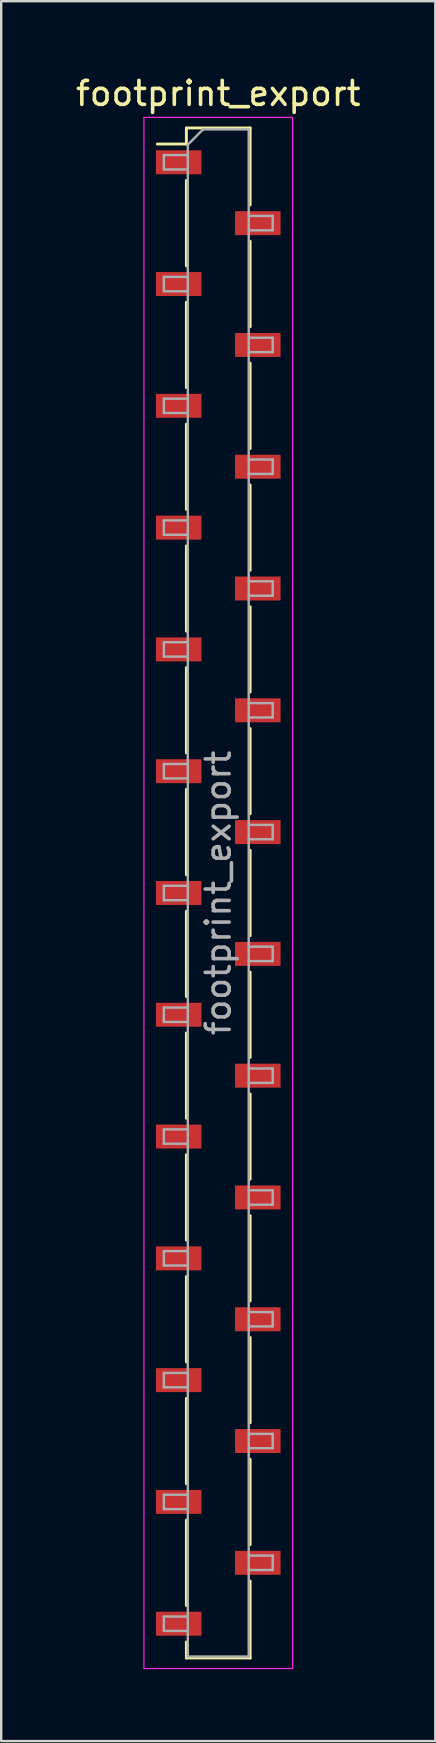
<source format=kicad_pcb>
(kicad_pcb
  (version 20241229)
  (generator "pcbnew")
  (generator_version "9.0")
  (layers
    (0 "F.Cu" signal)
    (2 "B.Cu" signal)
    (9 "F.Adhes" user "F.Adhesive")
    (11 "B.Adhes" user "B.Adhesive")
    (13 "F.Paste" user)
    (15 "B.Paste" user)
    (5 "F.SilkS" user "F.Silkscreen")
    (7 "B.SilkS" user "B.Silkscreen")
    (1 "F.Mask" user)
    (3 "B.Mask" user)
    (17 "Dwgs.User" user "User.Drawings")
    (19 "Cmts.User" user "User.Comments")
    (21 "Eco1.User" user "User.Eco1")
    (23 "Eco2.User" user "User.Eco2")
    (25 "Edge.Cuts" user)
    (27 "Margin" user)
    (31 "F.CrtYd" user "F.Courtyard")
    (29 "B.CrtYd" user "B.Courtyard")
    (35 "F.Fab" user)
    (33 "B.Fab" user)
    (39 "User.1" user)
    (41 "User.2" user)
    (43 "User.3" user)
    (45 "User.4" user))
  (footprint "footprint_export"
    (layer "F.Cu")
    (at 6.054 34.198)
    (property "Reference" "footprint_export" (at 0 -33.35 0) (layer "F.SilkS") (effects (font (size 1 1) (thickness 0.15))))
    (attr smd)
    (fp_line (start -2.54 -31.24) (end -1.33 -31.24) (stroke (width 0.12) (type solid)) (layer "F.SilkS"))
    (fp_line (start -1.33 -31.91) (end -1.33 -31.24) (stroke (width 0.12) (type solid)) (layer "F.SilkS"))
    (fp_line (start -1.33 -31.91) (end 1.33 -31.91) (stroke (width 0.12) (type solid)) (layer "F.SilkS"))
    (fp_line (start -1.33 -29.72) (end -1.33 -26.16) (stroke (width 0.12) (type solid)) (layer "F.SilkS"))
    (fp_line (start -1.33 -24.64) (end -1.33 -21.08) (stroke (width 0.12) (type solid)) (layer "F.SilkS"))
    (fp_line (start -1.33 -19.56) (end -1.33 -16) (stroke (width 0.12) (type solid)) (layer "F.SilkS"))
    (fp_line (start -1.33 -14.48) (end -1.33 -10.92) (stroke (width 0.12) (type solid)) (layer "F.SilkS"))
    (fp_line (start -1.33 -9.4) (end -1.33 -5.84) (stroke (width 0.12) (type solid)) (layer "F.SilkS"))
    (fp_line (start -1.33 -4.32) (end -1.33 -0.76) (stroke (width 0.12) (type solid)) (layer "F.SilkS"))
    (fp_line (start -1.33 0.76) (end -1.33 4.32) (stroke (width 0.12) (type solid)) (layer "F.SilkS"))
    (fp_line (start -1.33 5.84) (end -1.33 9.4) (stroke (width 0.12) (type solid)) (layer "F.SilkS"))
    (fp_line (start -1.33 10.92) (end -1.33 14.48) (stroke (width 0.12) (type solid)) (layer "F.SilkS"))
    (fp_line (start -1.33 16) (end -1.33 19.56) (stroke (width 0.12) (type solid)) (layer "F.SilkS"))
    (fp_line (start -1.33 21.08) (end -1.33 24.64) (stroke (width 0.12) (type solid)) (layer "F.SilkS"))
    (fp_line (start -1.33 26.16) (end -1.33 29.72) (stroke (width 0.12) (type solid)) (layer "F.SilkS"))
    (fp_line (start -1.33 31.24) (end -1.33 31.91) (stroke (width 0.12) (type solid)) (layer "F.SilkS"))
    (fp_line (start -1.33 31.91) (end 1.33 31.91) (stroke (width 0.12) (type solid)) (layer "F.SilkS"))
    (fp_line (start 1.33 -31.91) (end 1.33 -28.7) (stroke (width 0.12) (type solid)) (layer "F.SilkS"))
    (fp_line (start 1.33 -27.18) (end 1.33 -23.62) (stroke (width 0.12) (type solid)) (layer "F.SilkS"))
    (fp_line (start 1.33 -22.1) (end 1.33 -18.54) (stroke (width 0.12) (type solid)) (layer "F.SilkS"))
    (fp_line (start 1.33 -17.02) (end 1.33 -13.46) (stroke (width 0.12) (type solid)) (layer "F.SilkS"))
    (fp_line (start 1.33 -11.94) (end 1.33 -8.38) (stroke (width 0.12) (type solid)) (layer "F.SilkS"))
    (fp_line (start 1.33 -6.86) (end 1.33 -3.3) (stroke (width 0.12) (type solid)) (layer "F.SilkS"))
    (fp_line (start 1.33 -1.78) (end 1.33 1.78) (stroke (width 0.12) (type solid)) (layer "F.SilkS"))
    (fp_line (start 1.33 3.3) (end 1.33 6.86) (stroke (width 0.12) (type solid)) (layer "F.SilkS"))
    (fp_line (start 1.33 8.38) (end 1.33 11.94) (stroke (width 0.12) (type solid)) (layer "F.SilkS"))
    (fp_line (start 1.33 13.46) (end 1.33 17.02) (stroke (width 0.12) (type solid)) (layer "F.SilkS"))
    (fp_line (start 1.33 18.54) (end 1.33 22.1) (stroke (width 0.12) (type solid)) (layer "F.SilkS"))
    (fp_line (start 1.33 23.62) (end 1.33 27.18) (stroke (width 0.12) (type solid)) (layer "F.SilkS"))
    (fp_line (start 1.33 28.7) (end 1.33 31.91) (stroke (width 0.12) (type solid)) (layer "F.SilkS"))
    (fp_line (start -3.1 -32.35) (end 3.1 -32.35) (stroke (width 0.05) (type solid)) (layer "F.CrtYd"))
    (fp_line (start -3.1 32.35) (end -3.1 -32.35) (stroke (width 0.05) (type solid)) (layer "F.CrtYd"))
    (fp_line (start 3.1 -32.35) (end 3.1 32.35) (stroke (width 0.05) (type solid)) (layer "F.CrtYd"))
    (fp_line (start 3.1 32.35) (end -3.1 32.35) (stroke (width 0.05) (type solid)) (layer "F.CrtYd"))
    (fp_line (start -2.27 -30.78) (end -1.27 -30.78) (stroke (width 0.1) (type solid)) (layer "F.Fab"))
    (fp_line (start -2.27 -30.18) (end -2.27 -30.78) (stroke (width 0.1) (type solid)) (layer "F.Fab"))
    (fp_line (start -2.27 -25.7) (end -1.27 -25.7) (stroke (width 0.1) (type solid)) (layer "F.Fab"))
    (fp_line (start -2.27 -25.1) (end -2.27 -25.7) (stroke (width 0.1) (type solid)) (layer "F.Fab"))
    (fp_line (start -2.27 -20.62) (end -1.27 -20.62) (stroke (width 0.1) (type solid)) (layer "F.Fab"))
    (fp_line (start -2.27 -20.02) (end -2.27 -20.62) (stroke (width 0.1) (type solid)) (layer "F.Fab"))
    (fp_line (start -2.27 -15.54) (end -1.27 -15.54) (stroke (width 0.1) (type solid)) (layer "F.Fab"))
    (fp_line (start -2.27 -14.94) (end -2.27 -15.54) (stroke (width 0.1) (type solid)) (layer "F.Fab"))
    (fp_line (start -2.27 -10.46) (end -1.27 -10.46) (stroke (width 0.1) (type solid)) (layer "F.Fab"))
    (fp_line (start -2.27 -9.86) (end -2.27 -10.46) (stroke (width 0.1) (type solid)) (layer "F.Fab"))
    (fp_line (start -2.27 -5.38) (end -1.27 -5.38) (stroke (width 0.1) (type solid)) (layer "F.Fab"))
    (fp_line (start -2.27 -4.78) (end -2.27 -5.38) (stroke (width 0.1) (type solid)) (layer "F.Fab"))
    (fp_line (start -2.27 -0.3) (end -1.27 -0.3) (stroke (width 0.1) (type solid)) (layer "F.Fab"))
    (fp_line (start -2.27 0.3) (end -2.27 -0.3) (stroke (width 0.1) (type solid)) (layer "F.Fab"))
    (fp_line (start -2.27 4.78) (end -1.27 4.78) (stroke (width 0.1) (type solid)) (layer "F.Fab"))
    (fp_line (start -2.27 5.38) (end -2.27 4.78) (stroke (width 0.1) (type solid)) (layer "F.Fab"))
    (fp_line (start -2.27 9.86) (end -1.27 9.86) (stroke (width 0.1) (type solid)) (layer "F.Fab"))
    (fp_line (start -2.27 10.46) (end -2.27 9.86) (stroke (width 0.1) (type solid)) (layer "F.Fab"))
    (fp_line (start -2.27 14.94) (end -1.27 14.94) (stroke (width 0.1) (type solid)) (layer "F.Fab"))
    (fp_line (start -2.27 15.54) (end -2.27 14.94) (stroke (width 0.1) (type solid)) (layer "F.Fab"))
    (fp_line (start -2.27 20.02) (end -1.27 20.02) (stroke (width 0.1) (type solid)) (layer "F.Fab"))
    (fp_line (start -2.27 20.62) (end -2.27 20.02) (stroke (width 0.1) (type solid)) (layer "F.Fab"))
    (fp_line (start -2.27 25.1) (end -1.27 25.1) (stroke (width 0.1) (type solid)) (layer "F.Fab"))
    (fp_line (start -2.27 25.7) (end -2.27 25.1) (stroke (width 0.1) (type solid)) (layer "F.Fab"))
    (fp_line (start -2.27 30.18) (end -1.27 30.18) (stroke (width 0.1) (type solid)) (layer "F.Fab"))
    (fp_line (start -2.27 30.78) (end -2.27 30.18) (stroke (width 0.1) (type solid)) (layer "F.Fab"))
    (fp_line (start -1.27 -31.215) (end -0.635 -31.85) (stroke (width 0.1) (type solid)) (layer "F.Fab"))
    (fp_line (start -1.27 -30.18) (end -2.27 -30.18) (stroke (width 0.1) (type solid)) (layer "F.Fab"))
    (fp_line (start -1.27 -25.1) (end -2.27 -25.1) (stroke (width 0.1) (type solid)) (layer "F.Fab"))
    (fp_line (start -1.27 -20.02) (end -2.27 -20.02) (stroke (width 0.1) (type solid)) (layer "F.Fab"))
    (fp_line (start -1.27 -14.94) (end -2.27 -14.94) (stroke (width 0.1) (type solid)) (layer "F.Fab"))
    (fp_line (start -1.27 -9.86) (end -2.27 -9.86) (stroke (width 0.1) (type solid)) (layer "F.Fab"))
    (fp_line (start -1.27 -4.78) (end -2.27 -4.78) (stroke (width 0.1) (type solid)) (layer "F.Fab"))
    (fp_line (start -1.27 0.3) (end -2.27 0.3) (stroke (width 0.1) (type solid)) (layer "F.Fab"))
    (fp_line (start -1.27 5.38) (end -2.27 5.38) (stroke (width 0.1) (type solid)) (layer "F.Fab"))
    (fp_line (start -1.27 10.46) (end -2.27 10.46) (stroke (width 0.1) (type solid)) (layer "F.Fab"))
    (fp_line (start -1.27 15.54) (end -2.27 15.54) (stroke (width 0.1) (type solid)) (layer "F.Fab"))
    (fp_line (start -1.27 20.62) (end -2.27 20.62) (stroke (width 0.1) (type solid)) (layer "F.Fab"))
    (fp_line (start -1.27 25.7) (end -2.27 25.7) (stroke (width 0.1) (type solid)) (layer "F.Fab"))
    (fp_line (start -1.27 30.78) (end -2.27 30.78) (stroke (width 0.1) (type solid)) (layer "F.Fab"))
    (fp_line (start -1.27 31.85) (end -1.27 -31.215) (stroke (width 0.1) (type solid)) (layer "F.Fab"))
    (fp_line (start -0.635 -31.85) (end 1.27 -31.85) (stroke (width 0.1) (type solid)) (layer "F.Fab"))
    (fp_line (start 1.27 -31.85) (end 1.27 31.85) (stroke (width 0.1) (type solid)) (layer "F.Fab"))
    (fp_line (start 1.27 -28.24) (end 2.27 -28.24) (stroke (width 0.1) (type solid)) (layer "F.Fab"))
    (fp_line (start 1.27 -23.16) (end 2.27 -23.16) (stroke (width 0.1) (type solid)) (layer "F.Fab"))
    (fp_line (start 1.27 -18.08) (end 2.27 -18.08) (stroke (width 0.1) (type solid)) (layer "F.Fab"))
    (fp_line (start 1.27 -13) (end 2.27 -13) (stroke (width 0.1) (type solid)) (layer "F.Fab"))
    (fp_line (start 1.27 -7.92) (end 2.27 -7.92) (stroke (width 0.1) (type solid)) (layer "F.Fab"))
    (fp_line (start 1.27 -2.84) (end 2.27 -2.84) (stroke (width 0.1) (type solid)) (layer "F.Fab"))
    (fp_line (start 1.27 2.24) (end 2.27 2.24) (stroke (width 0.1) (type solid)) (layer "F.Fab"))
    (fp_line (start 1.27 7.32) (end 2.27 7.32) (stroke (width 0.1) (type solid)) (layer "F.Fab"))
    (fp_line (start 1.27 12.4) (end 2.27 12.4) (stroke (width 0.1) (type solid)) (layer "F.Fab"))
    (fp_line (start 1.27 17.48) (end 2.27 17.48) (stroke (width 0.1) (type solid)) (layer "F.Fab"))
    (fp_line (start 1.27 22.56) (end 2.27 22.56) (stroke (width 0.1) (type solid)) (layer "F.Fab"))
    (fp_line (start 1.27 27.64) (end 2.27 27.64) (stroke (width 0.1) (type solid)) (layer "F.Fab"))
    (fp_line (start 1.27 31.85) (end -1.27 31.85) (stroke (width 0.1) (type solid)) (layer "F.Fab"))
    (fp_line (start 2.27 -28.24) (end 2.27 -27.64) (stroke (width 0.1) (type solid)) (layer "F.Fab"))
    (fp_line (start 2.27 -27.64) (end 1.27 -27.64) (stroke (width 0.1) (type solid)) (layer "F.Fab"))
    (fp_line (start 2.27 -23.16) (end 2.27 -22.56) (stroke (width 0.1) (type solid)) (layer "F.Fab"))
    (fp_line (start 2.27 -22.56) (end 1.27 -22.56) (stroke (width 0.1) (type solid)) (layer "F.Fab"))
    (fp_line (start 2.27 -18.08) (end 2.27 -17.48) (stroke (width 0.1) (type solid)) (layer "F.Fab"))
    (fp_line (start 2.27 -17.48) (end 1.27 -17.48) (stroke (width 0.1) (type solid)) (layer "F.Fab"))
    (fp_line (start 2.27 -13) (end 2.27 -12.4) (stroke (width 0.1) (type solid)) (layer "F.Fab"))
    (fp_line (start 2.27 -12.4) (end 1.27 -12.4) (stroke (width 0.1) (type solid)) (layer "F.Fab"))
    (fp_line (start 2.27 -7.92) (end 2.27 -7.32) (stroke (width 0.1) (type solid)) (layer "F.Fab"))
    (fp_line (start 2.27 -7.32) (end 1.27 -7.32) (stroke (width 0.1) (type solid)) (layer "F.Fab"))
    (fp_line (start 2.27 -2.84) (end 2.27 -2.24) (stroke (width 0.1) (type solid)) (layer "F.Fab"))
    (fp_line (start 2.27 -2.24) (end 1.27 -2.24) (stroke (width 0.1) (type solid)) (layer "F.Fab"))
    (fp_line (start 2.27 2.24) (end 2.27 2.84) (stroke (width 0.1) (type solid)) (layer "F.Fab"))
    (fp_line (start 2.27 2.84) (end 1.27 2.84) (stroke (width 0.1) (type solid)) (layer "F.Fab"))
    (fp_line (start 2.27 7.32) (end 2.27 7.92) (stroke (width 0.1) (type solid)) (layer "F.Fab"))
    (fp_line (start 2.27 7.92) (end 1.27 7.92) (stroke (width 0.1) (type solid)) (layer "F.Fab"))
    (fp_line (start 2.27 12.4) (end 2.27 13) (stroke (width 0.1) (type solid)) (layer "F.Fab"))
    (fp_line (start 2.27 13) (end 1.27 13) (stroke (width 0.1) (type solid)) (layer "F.Fab"))
    (fp_line (start 2.27 17.48) (end 2.27 18.08) (stroke (width 0.1) (type solid)) (layer "F.Fab"))
    (fp_line (start 2.27 18.08) (end 1.27 18.08) (stroke (width 0.1) (type solid)) (layer "F.Fab"))
    (fp_line (start 2.27 22.56) (end 2.27 23.16) (stroke (width 0.1) (type solid)) (layer "F.Fab"))
    (fp_line (start 2.27 23.16) (end 1.27 23.16) (stroke (width 0.1) (type solid)) (layer "F.Fab"))
    (fp_line (start 2.27 27.64) (end 2.27 28.24) (stroke (width 0.1) (type solid)) (layer "F.Fab"))
    (fp_line (start 2.27 28.24) (end 1.27 28.24) (stroke (width 0.1) (type solid)) (layer "F.Fab"))
    (fp_text user "${REFERENCE}" (at 0 0 90) (layer "F.Fab") (effects (font (size 1 1) (thickness 0.15))))
    (pad "1" smd rect (at -1.65 -30.48) (size 1.9 1) (layers "F.Cu" "F.Mask" "F.Paste"))
    (pad "2" smd rect (at 1.65 -27.94) (size 1.9 1) (layers "F.Cu" "F.Mask" "F.Paste"))
    (pad "3" smd rect (at -1.65 -25.4) (size 1.9 1) (layers "F.Cu" "F.Mask" "F.Paste"))
    (pad "4" smd rect (at 1.65 -22.86) (size 1.9 1) (layers "F.Cu" "F.Mask" "F.Paste"))
    (pad "5" smd rect (at -1.65 -20.32) (size 1.9 1) (layers "F.Cu" "F.Mask" "F.Paste"))
    (pad "6" smd rect (at 1.65 -17.78) (size 1.9 1) (layers "F.Cu" "F.Mask" "F.Paste"))
    (pad "7" smd rect (at -1.65 -15.24) (size 1.9 1) (layers "F.Cu" "F.Mask" "F.Paste"))
    (pad "8" smd rect (at 1.65 -12.7) (size 1.9 1) (layers "F.Cu" "F.Mask" "F.Paste"))
    (pad "9" smd rect (at -1.65 -10.16) (size 1.9 1) (layers "F.Cu" "F.Mask" "F.Paste"))
    (pad "10" smd rect (at 1.65 -7.62) (size 1.9 1) (layers "F.Cu" "F.Mask" "F.Paste"))
    (pad "11" smd rect (at -1.65 -5.08) (size 1.9 1) (layers "F.Cu" "F.Mask" "F.Paste"))
    (pad "12" smd rect (at 1.65 -2.54) (size 1.9 1) (layers "F.Cu" "F.Mask" "F.Paste"))
    (pad "13" smd rect (at -1.65 0) (size 1.9 1) (layers "F.Cu" "F.Mask" "F.Paste"))
    (pad "14" smd rect (at 1.65 2.54) (size 1.9 1) (layers "F.Cu" "F.Mask" "F.Paste"))
    (pad "15" smd rect (at -1.65 5.08) (size 1.9 1) (layers "F.Cu" "F.Mask" "F.Paste"))
    (pad "16" smd rect (at 1.65 7.62) (size 1.9 1) (layers "F.Cu" "F.Mask" "F.Paste"))
    (pad "17" smd rect (at -1.65 10.16) (size 1.9 1) (layers "F.Cu" "F.Mask" "F.Paste"))
    (pad "18" smd rect (at 1.65 12.7) (size 1.9 1) (layers "F.Cu" "F.Mask" "F.Paste"))
    (pad "19" smd rect (at -1.65 15.24) (size 1.9 1) (layers "F.Cu" "F.Mask" "F.Paste"))
    (pad "20" smd rect (at 1.65 17.78) (size 1.9 1) (layers "F.Cu" "F.Mask" "F.Paste"))
    (pad "21" smd rect (at -1.65 20.32) (size 1.9 1) (layers "F.Cu" "F.Mask" "F.Paste"))
    (pad "22" smd rect (at 1.65 22.86) (size 1.9 1) (layers "F.Cu" "F.Mask" "F.Paste"))
    (pad "23" smd rect (at -1.65 25.4) (size 1.9 1) (layers "F.Cu" "F.Mask" "F.Paste"))
    (pad "24" smd rect (at 1.65 27.94) (size 1.9 1) (layers "F.Cu" "F.Mask" "F.Paste"))
    (pad "25" smd rect (at -1.65 30.48) (size 1.9 1) (layers "F.Cu" "F.Mask" "F.Paste")))
  (gr_rect
    (start -3 -3)
    (end 15.107 69.573)
    (stroke (width 0.1) (type default))
    (fill no)
    (layer "Edge.Cuts")))
</source>
